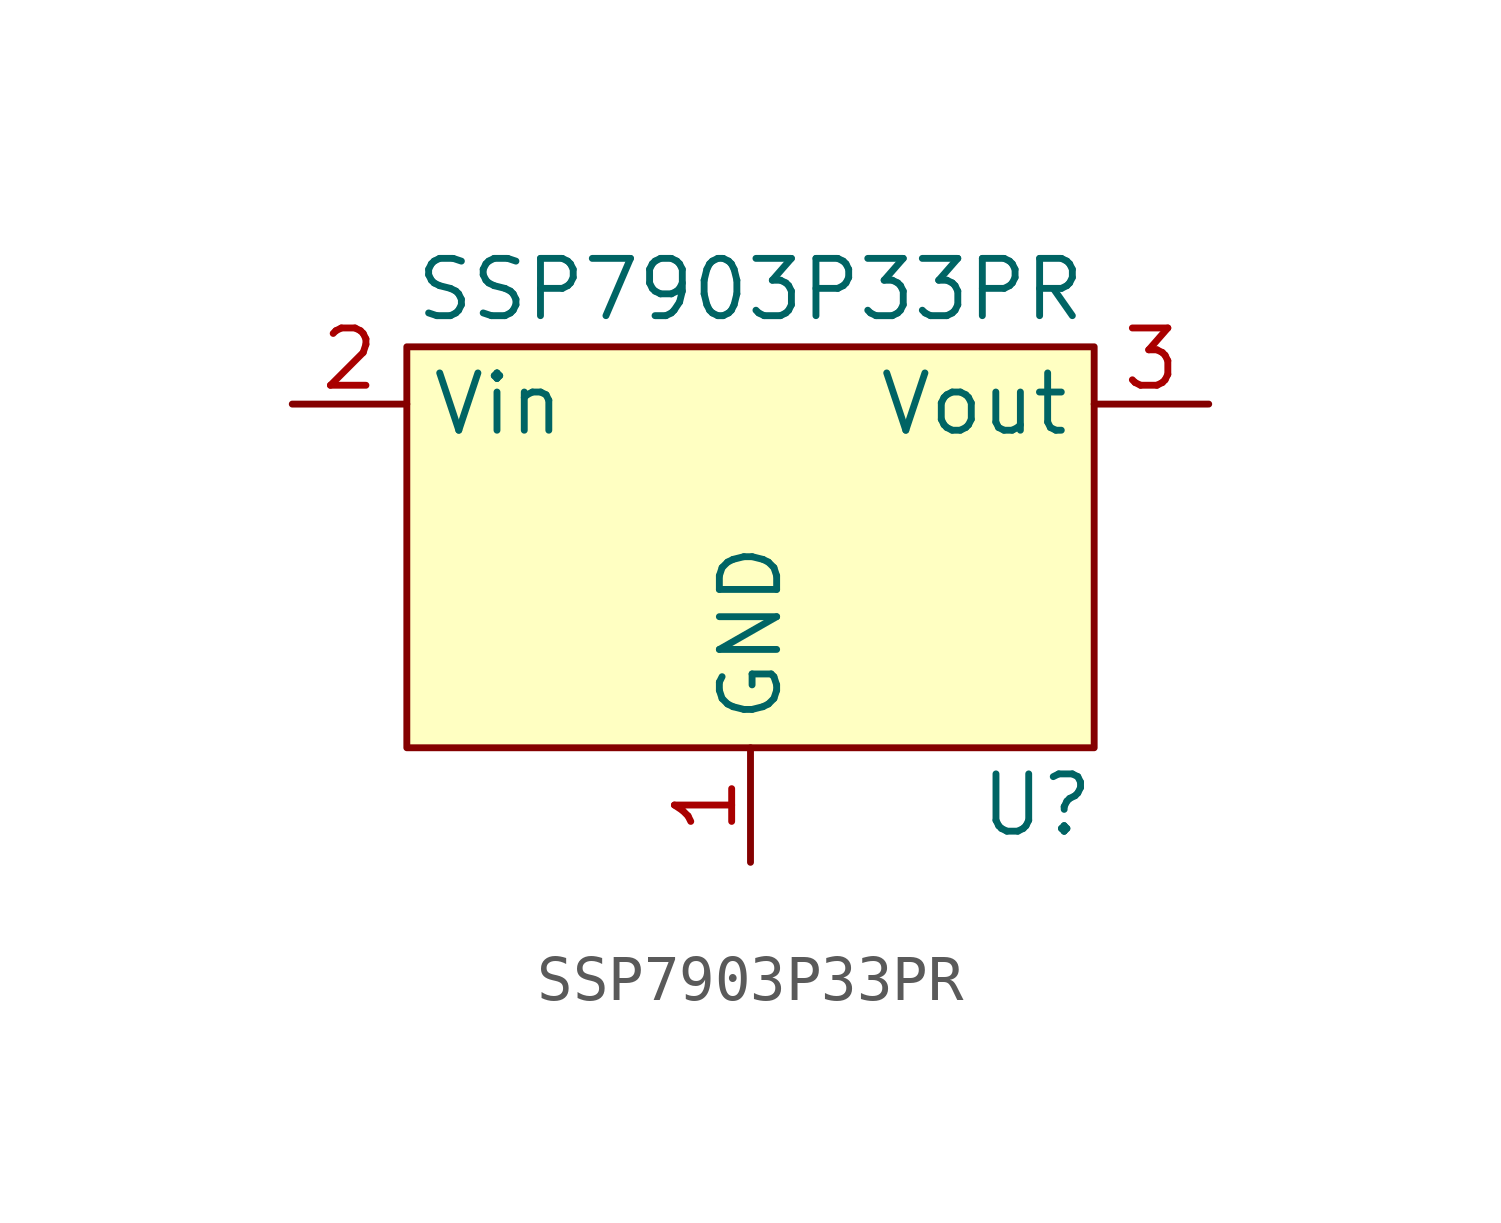
<source format=kicad_sym>
(kicad_symbol_lib
  (version 20220914)
  (generator kicad_symbol_editor)
  (symbol "SSP7903P33PR"
    (property "Reference" "U"
      (at 6.35 -8.89 0)
      (effects (font (size 1.27 1.27))))
    (property "Value" "SSP7903P33PR"
      (at 0 2.54 0)
      (effects (font (size 1.27 1.27))))
    (symbol "SSP7903P33PR_1_1"
      (rectangle (start -7.62 1.27) (end 7.62 -7.62) (stroke (width 0) (type default)) (fill (type background)))
      (pin power_in line (at 0 -10.16 90) (length 2.54) (name "GND" (effects (font (size 1.27 1.27)))) (number "1" (effects (font (size 1.27 1.27)))))
      (pin power_in line (at -10.16 0 0) (length 2.54) (name "Vin" (effects (font (size 1.27 1.27)))) (number "2" (effects (font (size 1.27 1.27)))))
      (pin power_out line (at 10.16 0 180) (length 2.54) (name "Vout" (effects (font (size 1.27 1.27)))) (number "3" (effects (font (size 1.27 1.27))))))))
</source>
